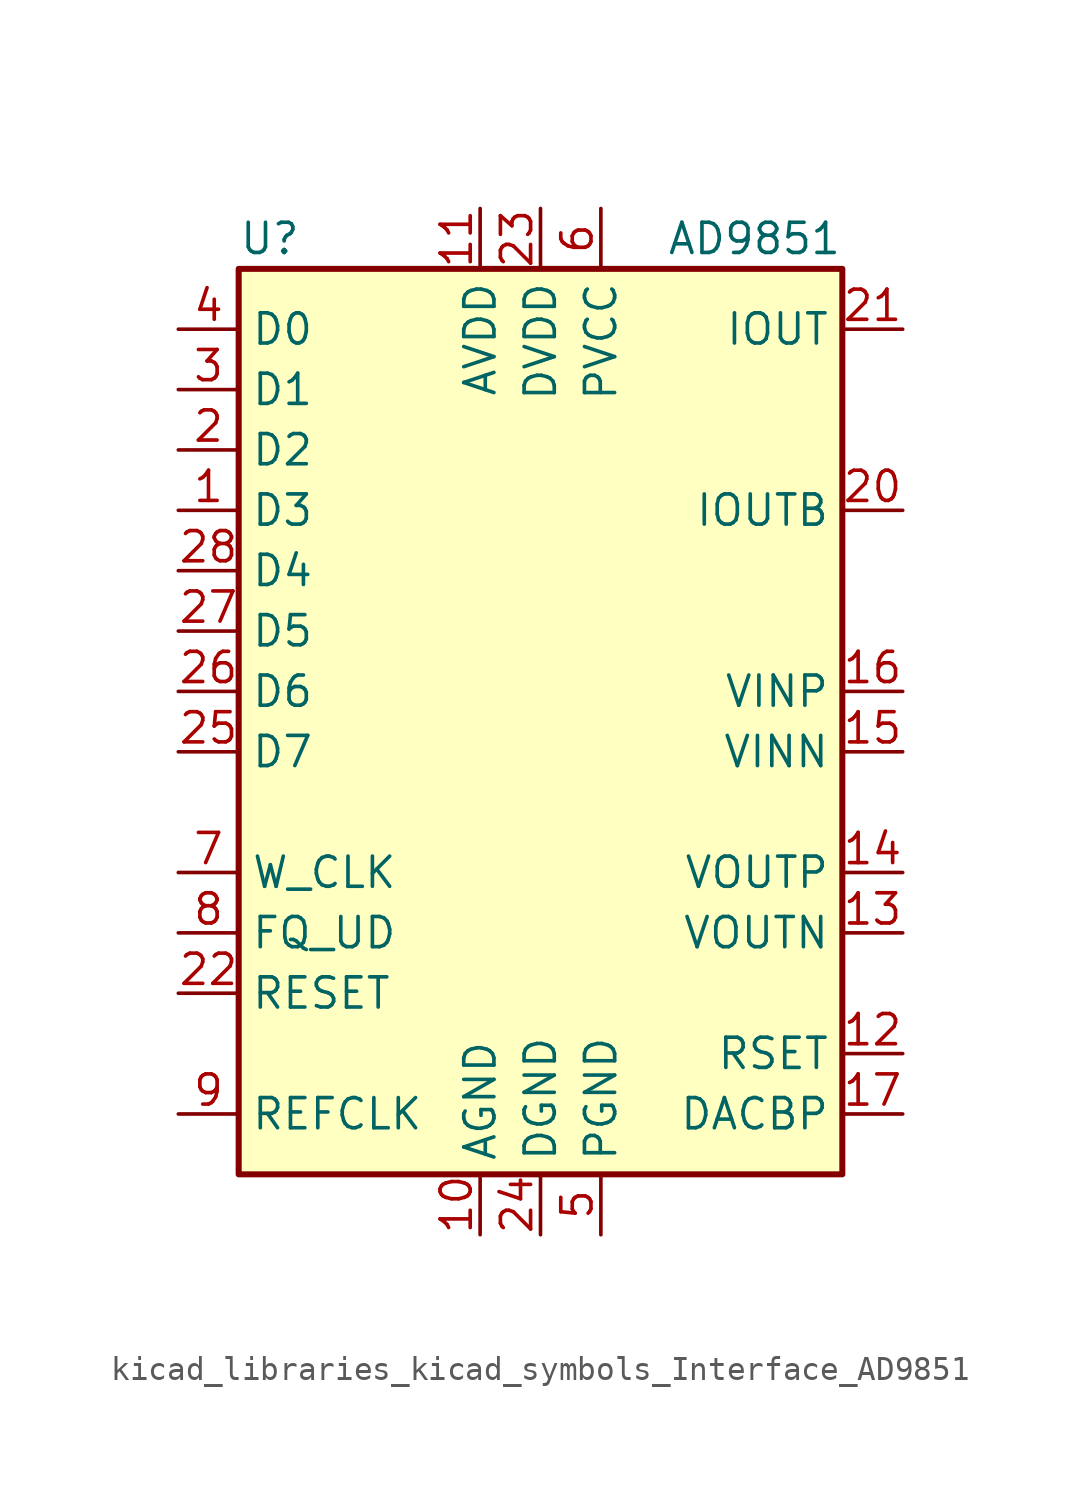
<source format=kicad_sym>
(kicad_symbol_lib
  (version 20220914)
  (generator kicad_symbol_editor)
  (symbol "kicad_libraries_kicad_symbols_Interface_AD9851"
    (property "Reference" "U"
      (at -12.7 19.05 0)
      (effects (font (size 1.27 1.27)) (justify left)))
    (property "Value" "AD9851"
      (at 12.7 19.05 0)
      (effects (font (size 1.27 1.27)) (justify right)))
    (symbol "kicad_libraries_kicad_symbols_Interface_AD9851_0_1"
      (rectangle (start -12.7 17.78) (end 12.7 -20.32) (stroke (width 0.254) (type default)) (fill (type background))))
    (symbol "kicad_libraries_kicad_symbols_Interface_AD9851_1_1"
      (pin input line (at -15.24 7.62 0) (length 2.54) (name "D3" (effects (font (size 1.27 1.27)))) (number "1" (effects (font (size 1.27 1.27)))))
      (pin power_in line (at -2.54 -22.86 90) (length 2.54) (name "AGND" (effects (font (size 1.27 1.27)))) (number "10" (effects (font (size 1.27 1.27)))))
      (pin power_in line (at -2.54 20.32 270) (length 2.54) (name "AVDD" (effects (font (size 1.27 1.27)))) (number "11" (effects (font (size 1.27 1.27)))))
      (pin passive line (at 15.24 -15.24 180) (length 2.54) (name "RSET" (effects (font (size 1.27 1.27)))) (number "12" (effects (font (size 1.27 1.27)))))
      (pin output line (at 15.24 -10.16 180) (length 2.54) (name "VOUTN" (effects (font (size 1.27 1.27)))) (number "13" (effects (font (size 1.27 1.27)))))
      (pin output line (at 15.24 -7.62 180) (length 2.54) (name "VOUTP" (effects (font (size 1.27 1.27)))) (number "14" (effects (font (size 1.27 1.27)))))
      (pin input line (at 15.24 -2.54 180) (length 2.54) (name "VINN" (effects (font (size 1.27 1.27)))) (number "15" (effects (font (size 1.27 1.27)))))
      (pin input line (at 15.24 0 180) (length 2.54) (name "VINP" (effects (font (size 1.27 1.27)))) (number "16" (effects (font (size 1.27 1.27)))))
      (pin passive line (at 15.24 -17.78 180) (length 2.54) (name "DACBP" (effects (font (size 1.27 1.27)))) (number "17" (effects (font (size 1.27 1.27)))))
      (pin passive line (at -2.54 20.32 270) (length 2.54) hide (name "AVDD" (effects (font (size 1.27 1.27)))) (number "18" (effects (font (size 1.27 1.27)))))
      (pin passive line (at -2.54 -22.86 90) (length 2.54) hide (name "AGND" (effects (font (size 1.27 1.27)))) (number "19" (effects (font (size 1.27 1.27)))))
      (pin input line (at -15.24 10.16 0) (length 2.54) (name "D2" (effects (font (size 1.27 1.27)))) (number "2" (effects (font (size 1.27 1.27)))))
      (pin output line (at 15.24 7.62 180) (length 2.54) (name "IOUTB" (effects (font (size 1.27 1.27)))) (number "20" (effects (font (size 1.27 1.27)))))
      (pin output line (at 15.24 15.24 180) (length 2.54) (name "IOUT" (effects (font (size 1.27 1.27)))) (number "21" (effects (font (size 1.27 1.27)))))
      (pin input line (at -15.24 -12.7 0) (length 2.54) (name "RESET" (effects (font (size 1.27 1.27)))) (number "22" (effects (font (size 1.27 1.27)))))
      (pin power_in line (at 0 20.32 270) (length 2.54) (name "DVDD" (effects (font (size 1.27 1.27)))) (number "23" (effects (font (size 1.27 1.27)))))
      (pin power_in line (at 0 -22.86 90) (length 2.54) (name "DGND" (effects (font (size 1.27 1.27)))) (number "24" (effects (font (size 1.27 1.27)))))
      (pin input line (at -15.24 -2.54 0) (length 2.54) (name "D7" (effects (font (size 1.27 1.27)))) (number "25" (effects (font (size 1.27 1.27)))))
      (pin input line (at -15.24 0 0) (length 2.54) (name "D6" (effects (font (size 1.27 1.27)))) (number "26" (effects (font (size 1.27 1.27)))))
      (pin input line (at -15.24 2.54 0) (length 2.54) (name "D5" (effects (font (size 1.27 1.27)))) (number "27" (effects (font (size 1.27 1.27)))))
      (pin input line (at -15.24 5.08 0) (length 2.54) (name "D4" (effects (font (size 1.27 1.27)))) (number "28" (effects (font (size 1.27 1.27)))))
      (pin input line (at -15.24 12.7 0) (length 2.54) (name "D1" (effects (font (size 1.27 1.27)))) (number "3" (effects (font (size 1.27 1.27)))))
      (pin input line (at -15.24 15.24 0) (length 2.54) (name "D0" (effects (font (size 1.27 1.27)))) (number "4" (effects (font (size 1.27 1.27)))))
      (pin power_in line (at 2.54 -22.86 90) (length 2.54) (name "PGND" (effects (font (size 1.27 1.27)))) (number "5" (effects (font (size 1.27 1.27)))))
      (pin power_in line (at 2.54 20.32 270) (length 2.54) (name "PVCC" (effects (font (size 1.27 1.27)))) (number "6" (effects (font (size 1.27 1.27)))))
      (pin input line (at -15.24 -7.62 0) (length 2.54) (name "W_CLK" (effects (font (size 1.27 1.27)))) (number "7" (effects (font (size 1.27 1.27)))))
      (pin input line (at -15.24 -10.16 0) (length 2.54) (name "FQ_UD" (effects (font (size 1.27 1.27)))) (number "8" (effects (font (size 1.27 1.27)))))
      (pin input line (at -15.24 -17.78 0) (length 2.54) (name "REFCLK" (effects (font (size 1.27 1.27)))) (number "9" (effects (font (size 1.27 1.27))))))))
</source>
